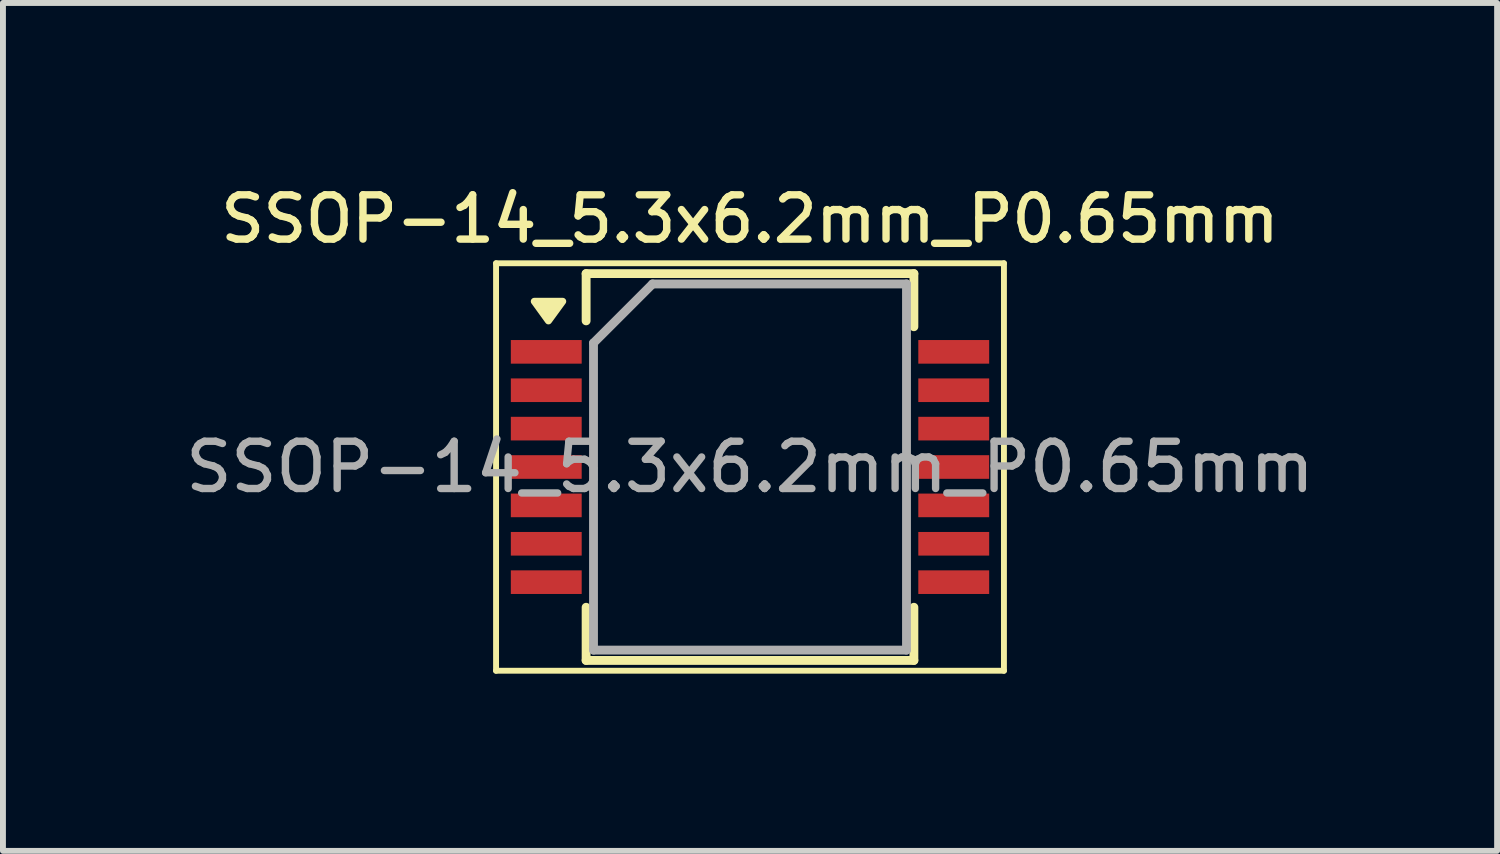
<source format=kicad_pcb>
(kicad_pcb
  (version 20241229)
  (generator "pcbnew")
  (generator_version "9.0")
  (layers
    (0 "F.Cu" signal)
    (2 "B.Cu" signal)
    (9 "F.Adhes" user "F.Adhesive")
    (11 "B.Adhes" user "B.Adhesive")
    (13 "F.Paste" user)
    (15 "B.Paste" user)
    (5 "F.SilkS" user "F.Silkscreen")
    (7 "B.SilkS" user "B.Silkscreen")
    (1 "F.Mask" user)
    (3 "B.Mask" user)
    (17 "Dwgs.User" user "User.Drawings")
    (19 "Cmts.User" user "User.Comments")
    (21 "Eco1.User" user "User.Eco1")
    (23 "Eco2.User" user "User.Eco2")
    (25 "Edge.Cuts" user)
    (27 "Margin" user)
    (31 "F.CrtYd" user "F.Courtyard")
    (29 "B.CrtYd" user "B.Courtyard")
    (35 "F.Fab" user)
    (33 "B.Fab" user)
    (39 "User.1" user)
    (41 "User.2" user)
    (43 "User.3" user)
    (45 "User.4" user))
  (footprint "SSOP-14_5.3x6.2mm_P0.65mm"
    (layer "F.Cu")
    (at 9.65 4.858)
    (property "Reference" "SSOP-14_5.3x6.2mm_P0.65mm" (at 0 -4.2 0) (layer "F.SilkS") (effects (font (size 0.75 0.75) (thickness 0.125))))
    (attr smd)
    (fp_line (start -4.3 -3.45) (end -4.3 3.45) (stroke (width 0.1) (type solid)) (layer "F.SilkS"))
    (fp_line (start -4.3 -3.45) (end 4.3 -3.45) (stroke (width 0.1) (type solid)) (layer "F.SilkS"))
    (fp_line (start -4.3 3.45) (end 4.3 3.45) (stroke (width 0.1) (type solid)) (layer "F.SilkS"))
    (fp_line (start -2.775 -3.275) (end -2.775 -2.475) (stroke (width 0.15) (type solid)) (layer "F.SilkS"))
    (fp_line (start -2.775 -3.275) (end 2.775 -3.275) (stroke (width 0.15) (type solid)) (layer "F.SilkS"))
    (fp_line (start -2.775 3.275) (end -2.775 2.375) (stroke (width 0.15) (type solid)) (layer "F.SilkS"))
    (fp_line (start -2.775 3.275) (end 2.775 3.275) (stroke (width 0.15) (type solid)) (layer "F.SilkS"))
    (fp_line (start 2.775 -3.275) (end 2.775 -2.375) (stroke (width 0.15) (type solid)) (layer "F.SilkS"))
    (fp_line (start 2.775 3.275) (end 2.775 2.375) (stroke (width 0.15) (type solid)) (layer "F.SilkS"))
    (fp_line (start 4.3 -3.45) (end 4.3 3.45) (stroke (width 0.1) (type solid)) (layer "F.SilkS"))
    (fp_poly (pts (xy -3.413 -2.475) (xy -3.652 -2.805) (xy -3.172 -2.805) (xy -3.413 -2.475)) (stroke (width 0.12) (type solid)) (fill yes) (layer "F.SilkS"))
    (fp_line (start -2.65 -2.1) (end -1.65 -3.1) (stroke (width 0.15) (type solid)) (layer "F.Fab"))
    (fp_line (start -2.65 3.1) (end -2.65 -2.1) (stroke (width 0.15) (type solid)) (layer "F.Fab"))
    (fp_line (start -1.65 -3.1) (end 2.65 -3.1) (stroke (width 0.15) (type solid)) (layer "F.Fab"))
    (fp_line (start 2.65 -3.1) (end 2.65 3.1) (stroke (width 0.15) (type solid)) (layer "F.Fab"))
    (fp_line (start 2.65 3.1) (end -2.65 3.1) (stroke (width 0.15) (type solid)) (layer "F.Fab"))
    (fp_text user "${REFERENCE}" (at 0 0 0) (layer "F.Fab") (effects (font (size 0.8 0.8) (thickness 0.125))))
    (pad "1" smd rect (at -3.45 -1.95) (size 1.2 0.4) (layers "F.Cu" "F.Mask" "F.Paste"))
    (pad "2" smd rect (at -3.45 -1.3) (size 1.2 0.4) (layers "F.Cu" "F.Mask" "F.Paste"))
    (pad "3" smd rect (at -3.45 -0.65) (size 1.2 0.4) (layers "F.Cu" "F.Mask" "F.Paste"))
    (pad "4" smd rect (at -3.45 0) (size 1.2 0.4) (layers "F.Cu" "F.Mask" "F.Paste"))
    (pad "5" smd rect (at -3.45 0.65) (size 1.2 0.4) (layers "F.Cu" "F.Mask" "F.Paste"))
    (pad "6" smd rect (at -3.45 1.3) (size 1.2 0.4) (layers "F.Cu" "F.Mask" "F.Paste"))
    (pad "7" smd rect (at -3.45 1.95) (size 1.2 0.4) (layers "F.Cu" "F.Mask" "F.Paste"))
    (pad "8" smd rect (at 3.45 1.95) (size 1.2 0.4) (layers "F.Cu" "F.Mask" "F.Paste"))
    (pad "9" smd rect (at 3.45 1.3) (size 1.2 0.4) (layers "F.Cu" "F.Mask" "F.Paste"))
    (pad "10" smd rect (at 3.45 0.65) (size 1.2 0.4) (layers "F.Cu" "F.Mask" "F.Paste"))
    (pad "11" smd rect (at 3.45 0) (size 1.2 0.4) (layers "F.Cu" "F.Mask" "F.Paste"))
    (pad "12" smd rect (at 3.45 -0.65) (size 1.2 0.4) (layers "F.Cu" "F.Mask" "F.Paste"))
    (pad "13" smd rect (at 3.45 -1.3) (size 1.2 0.4) (layers "F.Cu" "F.Mask" "F.Paste"))
    (pad "14" smd rect (at 3.45 -1.95) (size 1.2 0.4) (layers "F.Cu" "F.Mask" "F.Paste")))
  (gr_rect
    (start -3 -3)
    (end 22.301 11.358)
    (stroke (width 0.1) (type default))
    (fill no)
    (layer "Edge.Cuts")))
</source>
